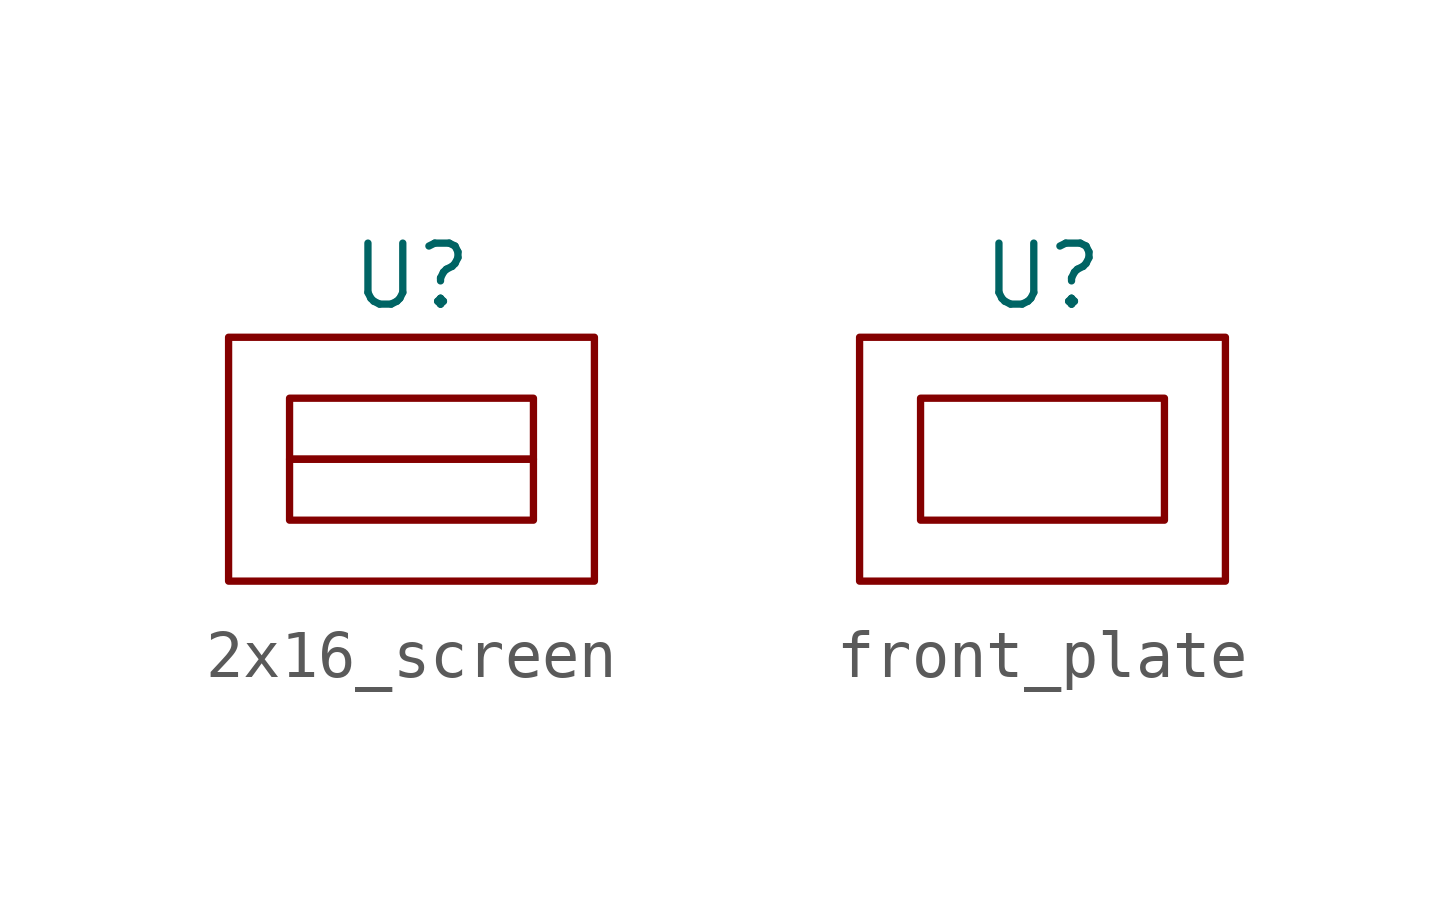
<source format=kicad_sym>
(kicad_symbol_lib
  (version 20241209)
  (generator "kicad_symbol_editor")
  (generator_version "9.0")
  (symbol "2x16_screen"
    (property "Reference" "U"
      (at 0 0 0)
      (effects (font (size 1.27 1.27))))
    (property "Value" ""
      (at 0 0 0)
      (effects (font (size 1.27 1.27))))
    (symbol "2x16_screen_0_1"
      (rectangle (start -3.81 -1.27) (end 3.81 -6.35) (stroke (width 0) (type default)) (fill (type none)))
      (rectangle (start -2.54 -2.54) (end 2.54 -3.81) (stroke (width 0) (type default)) (fill (type none)))
      (rectangle (start -2.54 -3.81) (end 2.54 -5.08) (stroke (width 0) (type default)) (fill (type none)))))
  (symbol "front_plate"
    (property "Reference" "U"
      (at 0 0 0)
      (effects (font (size 1.27 1.27))))
    (property "Value" ""
      (at 0 0 0)
      (effects (font (size 1.27 1.27))))
    (symbol "front_plate_0_1"
      (rectangle (start -3.81 -1.27) (end 3.81 -6.35) (stroke (width 0) (type default)) (fill (type none)))
      (rectangle (start -2.54 -2.54) (end 2.54 -5.08) (stroke (width 0) (type default)) (fill (type none))))))
</source>
